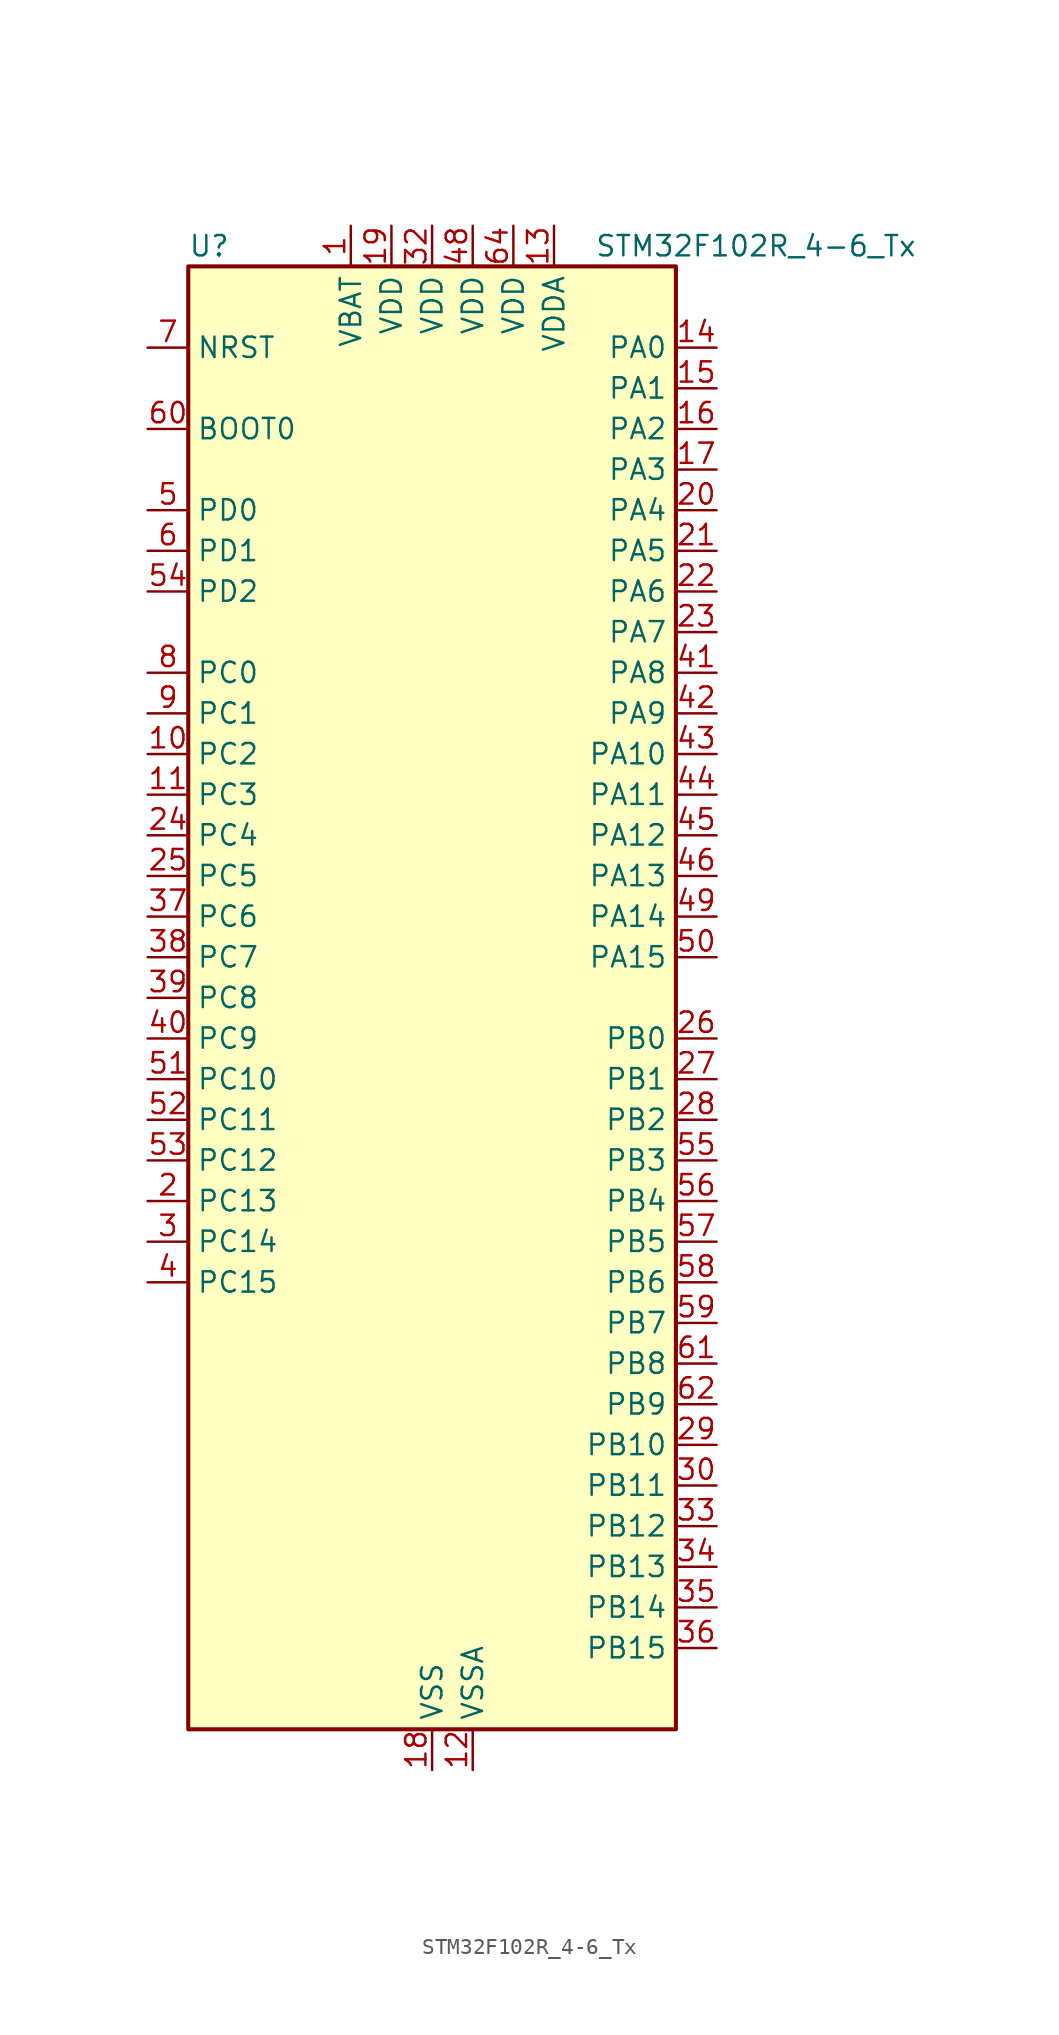
<source format=kicad_sym>
(kicad_symbol_lib
  (version 20241209)
  (generator "kicad_symbol_editor")
  (generator_version "9.0")
  (symbol "STM32F102R_4-6_Tx"
    (property "Reference" "U"
      (at -15.24 46.99 0)
      (effects (font (size 1.27 1.27)) (justify left)))
    (property "Value" "STM32F102R_4-6_Tx"
      (at 10.16 46.99 0)
      (effects (font (size 1.27 1.27)) (justify left)))
    (symbol "STM32F102R_4-6_Tx_0_1"
      (rectangle (start -15.24 -45.72) (end 15.24 45.72) (stroke (width 0.254) (type default)) (fill (type background))))
    (symbol "STM32F102R_4-6_Tx_1_1"
      (pin input line (at -17.78 40.64 0) (length 2.54) (name "NRST" (effects (font (size 1.27 1.27)))) (number "7" (effects (font (size 1.27 1.27)))))
      (pin input line (at -17.78 35.56 0) (length 2.54) (name "BOOT0" (effects (font (size 1.27 1.27)))) (number "60" (effects (font (size 1.27 1.27)))))
      (pin bidirectional line (at -17.78 30.48 0) (length 2.54) (name "PD0" (effects (font (size 1.27 1.27)))) (number "5" (effects (font (size 1.27 1.27)))) (alternate "RCC_OSC_IN" bidirectional line))
      (pin bidirectional line (at -17.78 27.94 0) (length 2.54) (name "PD1" (effects (font (size 1.27 1.27)))) (number "6" (effects (font (size 1.27 1.27)))) (alternate "RCC_OSC_OUT" bidirectional line))
      (pin bidirectional line (at -17.78 25.4 0) (length 2.54) (name "PD2" (effects (font (size 1.27 1.27)))) (number "54" (effects (font (size 1.27 1.27)))) (alternate "TIM3_ETR" bidirectional line))
      (pin bidirectional line (at -17.78 20.32 0) (length 2.54) (name "PC0" (effects (font (size 1.27 1.27)))) (number "8" (effects (font (size 1.27 1.27)))) (alternate "ADC1_IN10" bidirectional line))
      (pin bidirectional line (at -17.78 17.78 0) (length 2.54) (name "PC1" (effects (font (size 1.27 1.27)))) (number "9" (effects (font (size 1.27 1.27)))) (alternate "ADC1_IN11" bidirectional line))
      (pin bidirectional line (at -17.78 15.24 0) (length 2.54) (name "PC2" (effects (font (size 1.27 1.27)))) (number "10" (effects (font (size 1.27 1.27)))) (alternate "ADC1_IN12" bidirectional line))
      (pin bidirectional line (at -17.78 12.7 0) (length 2.54) (name "PC3" (effects (font (size 1.27 1.27)))) (number "11" (effects (font (size 1.27 1.27)))) (alternate "ADC1_IN13" bidirectional line))
      (pin bidirectional line (at -17.78 10.16 0) (length 2.54) (name "PC4" (effects (font (size 1.27 1.27)))) (number "24" (effects (font (size 1.27 1.27)))) (alternate "ADC1_IN14" bidirectional line))
      (pin bidirectional line (at -17.78 7.62 0) (length 2.54) (name "PC5" (effects (font (size 1.27 1.27)))) (number "25" (effects (font (size 1.27 1.27)))) (alternate "ADC1_IN15" bidirectional line))
      (pin bidirectional line (at -17.78 5.08 0) (length 2.54) (name "PC6" (effects (font (size 1.27 1.27)))) (number "37" (effects (font (size 1.27 1.27)))) (alternate "TIM3_CH1" bidirectional line))
      (pin bidirectional line (at -17.78 2.54 0) (length 2.54) (name "PC7" (effects (font (size 1.27 1.27)))) (number "38" (effects (font (size 1.27 1.27)))) (alternate "TIM3_CH2" bidirectional line))
      (pin bidirectional line (at -17.78 0 0) (length 2.54) (name "PC8" (effects (font (size 1.27 1.27)))) (number "39" (effects (font (size 1.27 1.27)))) (alternate "TIM3_CH3" bidirectional line))
      (pin bidirectional line (at -17.78 -2.54 0) (length 2.54) (name "PC9" (effects (font (size 1.27 1.27)))) (number "40" (effects (font (size 1.27 1.27)))) (alternate "TIM3_CH4" bidirectional line))
      (pin bidirectional line (at -17.78 -5.08 0) (length 2.54) (name "PC10" (effects (font (size 1.27 1.27)))) (number "51" (effects (font (size 1.27 1.27)))))
      (pin bidirectional line (at -17.78 -7.62 0) (length 2.54) (name "PC11" (effects (font (size 1.27 1.27)))) (number "52" (effects (font (size 1.27 1.27)))) (alternate "ADC1_EXTI11" bidirectional line))
      (pin bidirectional line (at -17.78 -10.16 0) (length 2.54) (name "PC12" (effects (font (size 1.27 1.27)))) (number "53" (effects (font (size 1.27 1.27)))))
      (pin bidirectional line (at -17.78 -12.7 0) (length 2.54) (name "PC13" (effects (font (size 1.27 1.27)))) (number "2" (effects (font (size 1.27 1.27)))) (alternate "RTC_OUT" bidirectional line) (alternate "RTC_TAMPER" bidirectional line))
      (pin bidirectional line (at -17.78 -15.24 0) (length 2.54) (name "PC14" (effects (font (size 1.27 1.27)))) (number "3" (effects (font (size 1.27 1.27)))) (alternate "RCC_OSC32_IN" bidirectional line))
      (pin bidirectional line (at -17.78 -17.78 0) (length 2.54) (name "PC15" (effects (font (size 1.27 1.27)))) (number "4" (effects (font (size 1.27 1.27)))) (alternate "ADC1_EXTI15" bidirectional line) (alternate "RCC_OSC32_OUT" bidirectional line))
      (pin power_in line (at -5.08 48.26 270) (length 2.54) (name "VBAT" (effects (font (size 1.27 1.27)))) (number "1" (effects (font (size 1.27 1.27)))))
      (pin power_in line (at -2.54 48.26 270) (length 2.54) (name "VDD" (effects (font (size 1.27 1.27)))) (number "19" (effects (font (size 1.27 1.27)))))
      (pin power_in line (at 0 48.26 270) (length 2.54) (name "VDD" (effects (font (size 1.27 1.27)))) (number "32" (effects (font (size 1.27 1.27)))))
      (pin power_in line (at 0 -48.26 90) (length 2.54) (name "VSS" (effects (font (size 1.27 1.27)))) (number "18" (effects (font (size 1.27 1.27)))))
      (pin passive line (at 0 -48.26 90) (length 2.54) (hide yes) (name "VSS" (effects (font (size 1.27 1.27)))) (number "31" (effects (font (size 1.27 1.27)))))
      (pin passive line (at 0 -48.26 90) (length 2.54) (hide yes) (name "VSS" (effects (font (size 1.27 1.27)))) (number "47" (effects (font (size 1.27 1.27)))))
      (pin passive line (at 0 -48.26 90) (length 2.54) (hide yes) (name "VSS" (effects (font (size 1.27 1.27)))) (number "63" (effects (font (size 1.27 1.27)))))
      (pin power_in line (at 2.54 48.26 270) (length 2.54) (name "VDD" (effects (font (size 1.27 1.27)))) (number "48" (effects (font (size 1.27 1.27)))))
      (pin power_in line (at 2.54 -48.26 90) (length 2.54) (name "VSSA" (effects (font (size 1.27 1.27)))) (number "12" (effects (font (size 1.27 1.27)))))
      (pin power_in line (at 5.08 48.26 270) (length 2.54) (name "VDD" (effects (font (size 1.27 1.27)))) (number "64" (effects (font (size 1.27 1.27)))))
      (pin power_in line (at 7.62 48.26 270) (length 2.54) (name "VDDA" (effects (font (size 1.27 1.27)))) (number "13" (effects (font (size 1.27 1.27)))))
      (pin bidirectional line (at 17.78 40.64 180) (length 2.54) (name "PA0" (effects (font (size 1.27 1.27)))) (number "14" (effects (font (size 1.27 1.27)))) (alternate "ADC1_IN0" bidirectional line) (alternate "SYS_WKUP" bidirectional line) (alternate "TIM2_CH1" bidirectional line) (alternate "TIM2_ETR" bidirectional line) (alternate "USART2_CTS" bidirectional line))
      (pin bidirectional line (at 17.78 38.1 180) (length 2.54) (name "PA1" (effects (font (size 1.27 1.27)))) (number "15" (effects (font (size 1.27 1.27)))) (alternate "ADC1_IN1" bidirectional line) (alternate "TIM2_CH2" bidirectional line) (alternate "USART2_RTS" bidirectional line))
      (pin bidirectional line (at 17.78 35.56 180) (length 2.54) (name "PA2" (effects (font (size 1.27 1.27)))) (number "16" (effects (font (size 1.27 1.27)))) (alternate "ADC1_IN2" bidirectional line) (alternate "TIM2_CH3" bidirectional line) (alternate "USART2_TX" bidirectional line))
      (pin bidirectional line (at 17.78 33.02 180) (length 2.54) (name "PA3" (effects (font (size 1.27 1.27)))) (number "17" (effects (font (size 1.27 1.27)))) (alternate "ADC1_IN3" bidirectional line) (alternate "TIM2_CH4" bidirectional line) (alternate "USART2_RX" bidirectional line))
      (pin bidirectional line (at 17.78 30.48 180) (length 2.54) (name "PA4" (effects (font (size 1.27 1.27)))) (number "20" (effects (font (size 1.27 1.27)))) (alternate "ADC1_IN4" bidirectional line) (alternate "SPI1_NSS" bidirectional line) (alternate "USART2_CK" bidirectional line))
      (pin bidirectional line (at 17.78 27.94 180) (length 2.54) (name "PA5" (effects (font (size 1.27 1.27)))) (number "21" (effects (font (size 1.27 1.27)))) (alternate "ADC1_IN5" bidirectional line) (alternate "SPI1_SCK" bidirectional line))
      (pin bidirectional line (at 17.78 25.4 180) (length 2.54) (name "PA6" (effects (font (size 1.27 1.27)))) (number "22" (effects (font (size 1.27 1.27)))) (alternate "ADC1_IN6" bidirectional line) (alternate "SPI1_MISO" bidirectional line) (alternate "TIM3_CH1" bidirectional line))
      (pin bidirectional line (at 17.78 22.86 180) (length 2.54) (name "PA7" (effects (font (size 1.27 1.27)))) (number "23" (effects (font (size 1.27 1.27)))) (alternate "ADC1_IN7" bidirectional line) (alternate "SPI1_MOSI" bidirectional line) (alternate "TIM3_CH2" bidirectional line))
      (pin bidirectional line (at 17.78 20.32 180) (length 2.54) (name "PA8" (effects (font (size 1.27 1.27)))) (number "41" (effects (font (size 1.27 1.27)))) (alternate "RCC_MCO" bidirectional line) (alternate "USART1_CK" bidirectional line))
      (pin bidirectional line (at 17.78 17.78 180) (length 2.54) (name "PA9" (effects (font (size 1.27 1.27)))) (number "42" (effects (font (size 1.27 1.27)))) (alternate "USART1_TX" bidirectional line))
      (pin bidirectional line (at 17.78 15.24 180) (length 2.54) (name "PA10" (effects (font (size 1.27 1.27)))) (number "43" (effects (font (size 1.27 1.27)))) (alternate "USART1_RX" bidirectional line))
      (pin bidirectional line (at 17.78 12.7 180) (length 2.54) (name "PA11" (effects (font (size 1.27 1.27)))) (number "44" (effects (font (size 1.27 1.27)))) (alternate "ADC1_EXTI11" bidirectional line) (alternate "USART1_CTS" bidirectional line) (alternate "USB_DM" bidirectional line))
      (pin bidirectional line (at 17.78 10.16 180) (length 2.54) (name "PA12" (effects (font (size 1.27 1.27)))) (number "45" (effects (font (size 1.27 1.27)))) (alternate "USART1_RTS" bidirectional line) (alternate "USB_DP" bidirectional line))
      (pin bidirectional line (at 17.78 7.62 180) (length 2.54) (name "PA13" (effects (font (size 1.27 1.27)))) (number "46" (effects (font (size 1.27 1.27)))) (alternate "SYS_JTMS-SWDIO" bidirectional line))
      (pin bidirectional line (at 17.78 5.08 180) (length 2.54) (name "PA14" (effects (font (size 1.27 1.27)))) (number "49" (effects (font (size 1.27 1.27)))) (alternate "SYS_JTCK-SWCLK" bidirectional line))
      (pin bidirectional line (at 17.78 2.54 180) (length 2.54) (name "PA15" (effects (font (size 1.27 1.27)))) (number "50" (effects (font (size 1.27 1.27)))) (alternate "ADC1_EXTI15" bidirectional line) (alternate "SPI1_NSS" bidirectional line) (alternate "SYS_JTDI" bidirectional line) (alternate "TIM2_CH1" bidirectional line) (alternate "TIM2_ETR" bidirectional line))
      (pin bidirectional line (at 17.78 -2.54 180) (length 2.54) (name "PB0" (effects (font (size 1.27 1.27)))) (number "26" (effects (font (size 1.27 1.27)))) (alternate "ADC1_IN8" bidirectional line) (alternate "TIM3_CH3" bidirectional line))
      (pin bidirectional line (at 17.78 -5.08 180) (length 2.54) (name "PB1" (effects (font (size 1.27 1.27)))) (number "27" (effects (font (size 1.27 1.27)))) (alternate "ADC1_IN9" bidirectional line) (alternate "TIM3_CH4" bidirectional line))
      (pin bidirectional line (at 17.78 -7.62 180) (length 2.54) (name "PB2" (effects (font (size 1.27 1.27)))) (number "28" (effects (font (size 1.27 1.27)))))
      (pin bidirectional line (at 17.78 -10.16 180) (length 2.54) (name "PB3" (effects (font (size 1.27 1.27)))) (number "55" (effects (font (size 1.27 1.27)))) (alternate "SPI1_SCK" bidirectional line) (alternate "SYS_JTDO-TRACESWO" bidirectional line) (alternate "TIM2_CH2" bidirectional line))
      (pin bidirectional line (at 17.78 -12.7 180) (length 2.54) (name "PB4" (effects (font (size 1.27 1.27)))) (number "56" (effects (font (size 1.27 1.27)))) (alternate "SPI1_MISO" bidirectional line) (alternate "SYS_NJTRST" bidirectional line) (alternate "TIM3_CH1" bidirectional line))
      (pin bidirectional line (at 17.78 -15.24 180) (length 2.54) (name "PB5" (effects (font (size 1.27 1.27)))) (number "57" (effects (font (size 1.27 1.27)))) (alternate "I2C1_SMBA" bidirectional line) (alternate "SPI1_MOSI" bidirectional line) (alternate "TIM3_CH2" bidirectional line))
      (pin bidirectional line (at 17.78 -17.78 180) (length 2.54) (name "PB6" (effects (font (size 1.27 1.27)))) (number "58" (effects (font (size 1.27 1.27)))) (alternate "I2C1_SCL" bidirectional line) (alternate "USART1_TX" bidirectional line))
      (pin bidirectional line (at 17.78 -20.32 180) (length 2.54) (name "PB7" (effects (font (size 1.27 1.27)))) (number "59" (effects (font (size 1.27 1.27)))) (alternate "I2C1_SDA" bidirectional line) (alternate "USART1_RX" bidirectional line))
      (pin bidirectional line (at 17.78 -22.86 180) (length 2.54) (name "PB8" (effects (font (size 1.27 1.27)))) (number "61" (effects (font (size 1.27 1.27)))) (alternate "I2C1_SCL" bidirectional line))
      (pin bidirectional line (at 17.78 -25.4 180) (length 2.54) (name "PB9" (effects (font (size 1.27 1.27)))) (number "62" (effects (font (size 1.27 1.27)))) (alternate "I2C1_SDA" bidirectional line))
      (pin bidirectional line (at 17.78 -27.94 180) (length 2.54) (name "PB10" (effects (font (size 1.27 1.27)))) (number "29" (effects (font (size 1.27 1.27)))) (alternate "TIM2_CH3" bidirectional line))
      (pin bidirectional line (at 17.78 -30.48 180) (length 2.54) (name "PB11" (effects (font (size 1.27 1.27)))) (number "30" (effects (font (size 1.27 1.27)))) (alternate "ADC1_EXTI11" bidirectional line) (alternate "TIM2_CH4" bidirectional line))
      (pin bidirectional line (at 17.78 -33.02 180) (length 2.54) (name "PB12" (effects (font (size 1.27 1.27)))) (number "33" (effects (font (size 1.27 1.27)))))
      (pin bidirectional line (at 17.78 -35.56 180) (length 2.54) (name "PB13" (effects (font (size 1.27 1.27)))) (number "34" (effects (font (size 1.27 1.27)))))
      (pin bidirectional line (at 17.78 -38.1 180) (length 2.54) (name "PB14" (effects (font (size 1.27 1.27)))) (number "35" (effects (font (size 1.27 1.27)))))
      (pin bidirectional line (at 17.78 -40.64 180) (length 2.54) (name "PB15" (effects (font (size 1.27 1.27)))) (number "36" (effects (font (size 1.27 1.27)))) (alternate "ADC1_EXTI15" bidirectional line)))))
</source>
